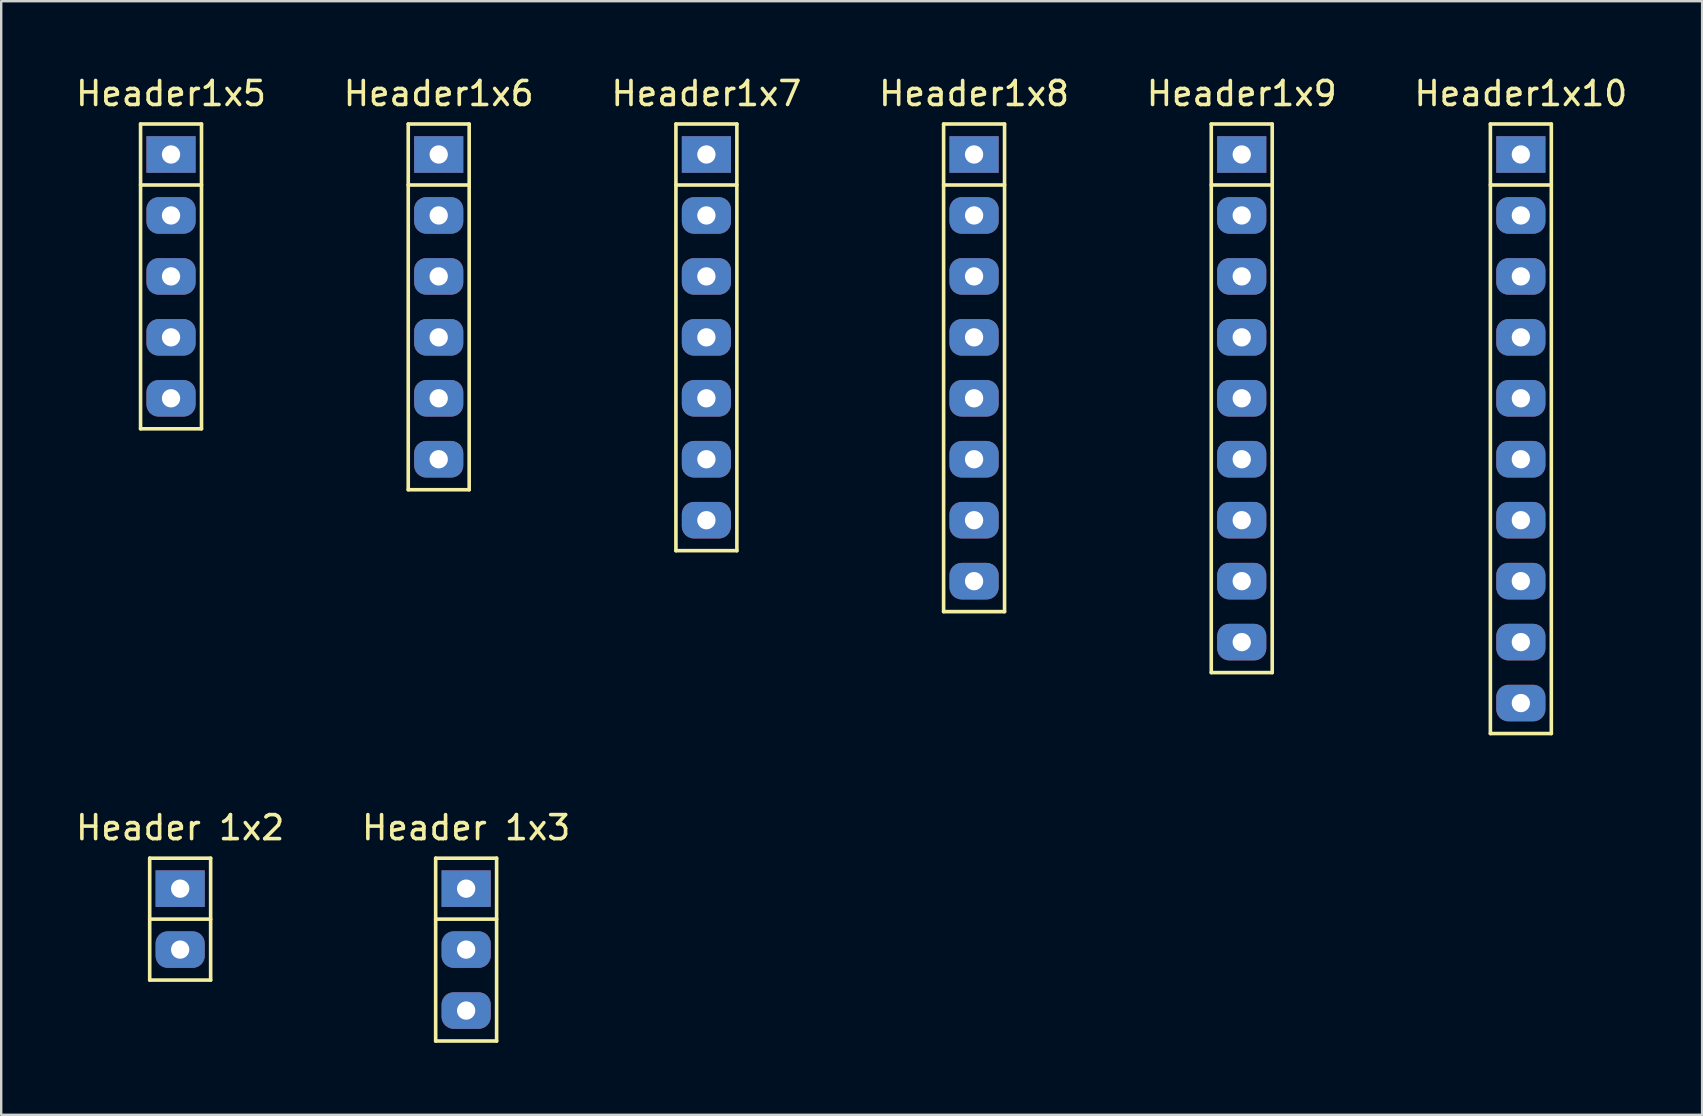
<source format=kicad_pcb>
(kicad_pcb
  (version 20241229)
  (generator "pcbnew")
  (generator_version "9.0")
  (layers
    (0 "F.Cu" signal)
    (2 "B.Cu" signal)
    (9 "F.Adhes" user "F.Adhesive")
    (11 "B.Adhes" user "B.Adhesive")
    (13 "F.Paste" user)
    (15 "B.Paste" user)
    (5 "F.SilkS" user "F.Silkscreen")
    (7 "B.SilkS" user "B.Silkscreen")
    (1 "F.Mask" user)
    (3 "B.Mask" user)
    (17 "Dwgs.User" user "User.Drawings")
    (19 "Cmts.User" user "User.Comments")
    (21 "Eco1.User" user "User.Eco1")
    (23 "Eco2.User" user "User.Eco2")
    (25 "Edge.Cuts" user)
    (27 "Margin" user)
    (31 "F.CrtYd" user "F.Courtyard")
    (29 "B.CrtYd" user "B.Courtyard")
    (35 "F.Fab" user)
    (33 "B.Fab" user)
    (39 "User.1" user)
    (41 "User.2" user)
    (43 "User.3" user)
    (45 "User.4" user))
  (footprint "Header1x6"
    (layer "F.Cu")
    (at 15.232 9.738)
    (property "Reference" "Header1x6" (at 0 -8.89 0) (layer "F.SilkS") (effects (font (size 1 1) (thickness 0.15))))
    (attr through_hole)
    (fp_line (start -1.27 -7.62) (end 1.27 -7.62) (stroke (width 0.15) (type solid)) (layer "F.SilkS"))
    (fp_line (start -1.27 -5.08) (end 1.27 -5.08) (stroke (width 0.15) (type solid)) (layer "F.SilkS"))
    (fp_line (start -1.27 7.62) (end -1.27 -7.62) (stroke (width 0.15) (type solid)) (layer "F.SilkS"))
    (fp_line (start 1.27 -7.62) (end 1.27 7.62) (stroke (width 0.15) (type solid)) (layer "F.SilkS"))
    (fp_line (start 1.27 7.62) (end -1.27 7.62) (stroke (width 0.15) (type solid)) (layer "F.SilkS"))
    (pad "1" thru_hole rect (at 0 -6.35) (size 2.048 1.524) (drill 0.762) (layers "*.Cu" "*.Mask"))
    (pad "2" thru_hole roundrect (at 0 -3.81) (size 2.048 1.524) (drill 0.762) (layers "*.Cu" "*.Mask") (roundrect_rratio 0.33))
    (pad "3" thru_hole roundrect (at 0 -1.27) (size 2.048 1.524) (drill 0.762) (layers "*.Cu" "*.Mask") (roundrect_rratio 0.33))
    (pad "4" thru_hole roundrect (at 0 1.27) (size 2.048 1.524) (drill 0.762) (layers "*.Cu" "*.Mask") (roundrect_rratio 0.33))
    (pad "5" thru_hole roundrect (at 0 3.81) (size 2.048 1.524) (drill 0.762) (layers "*.Cu" "*.Mask") (roundrect_rratio 0.33))
    (pad "6" thru_hole roundrect (at 0 6.35) (size 2.048 1.524) (drill 0.762) (layers "*.Cu" "*.Mask") (roundrect_rratio 0.33)))
  (footprint "Header 1x3"
    (layer "F.Cu")
    (at 16.375 36.522)
    (property "Reference" "Header 1x3" (at 0 -5.08 0) (layer "F.SilkS") (effects (font (size 1 1) (thickness 0.15))))
    (attr through_hole)
    (fp_line (start -1.27 -3.81) (end 1.27 -3.81) (stroke (width 0.15) (type solid)) (layer "F.SilkS"))
    (fp_line (start -1.27 -1.27) (end 1.27 -1.27) (stroke (width 0.15) (type solid)) (layer "F.SilkS"))
    (fp_line (start -1.27 3.81) (end -1.27 -3.81) (stroke (width 0.15) (type solid)) (layer "F.SilkS"))
    (fp_line (start 1.27 -3.81) (end 1.27 3.81) (stroke (width 0.15) (type solid)) (layer "F.SilkS"))
    (fp_line (start 1.27 3.81) (end -1.27 3.81) (stroke (width 0.15) (type solid)) (layer "F.SilkS"))
    (pad "1" thru_hole rect (at 0 -2.54) (size 2.048 1.524) (drill 0.762) (layers "*.Cu" "*.Mask"))
    (pad "2" thru_hole roundrect (at 0 0) (size 2.048 1.524) (drill 0.762) (layers "*.Cu" "*.Mask") (roundrect_rratio 0.33))
    (pad "3" thru_hole roundrect (at 0 2.54) (size 2.048 1.524) (drill 0.762) (layers "*.Cu" "*.Mask") (roundrect_rratio 0.33)))
  (footprint "Header1x7"
    (layer "F.Cu")
    (at 26.387 11.008)
    (property "Reference" "Header1x7" (at 0 -10.16 0) (layer "F.SilkS") (effects (font (size 1 1) (thickness 0.15))))
    (attr through_hole)
    (fp_line (start -1.27 -8.89) (end 1.27 -8.89) (stroke (width 0.15) (type solid)) (layer "F.SilkS"))
    (fp_line (start -1.27 -6.35) (end 1.27 -6.35) (stroke (width 0.15) (type solid)) (layer "F.SilkS"))
    (fp_line (start -1.27 8.89) (end -1.27 -8.89) (stroke (width 0.15) (type solid)) (layer "F.SilkS"))
    (fp_line (start 1.27 -8.89) (end 1.27 8.89) (stroke (width 0.15) (type solid)) (layer "F.SilkS"))
    (fp_line (start 1.27 8.89) (end -1.27 8.89) (stroke (width 0.15) (type solid)) (layer "F.SilkS"))
    (pad "1" thru_hole rect (at 0 -7.62) (size 2.048 1.524) (drill 0.762) (layers "*.Cu" "*.Mask"))
    (pad "2" thru_hole roundrect (at 0 -5.08) (size 2.048 1.524) (drill 0.762) (layers "*.Cu" "*.Mask") (roundrect_rratio 0.33))
    (pad "3" thru_hole roundrect (at 0 -2.54) (size 2.048 1.524) (drill 0.762) (layers "*.Cu" "*.Mask") (roundrect_rratio 0.33))
    (pad "4" thru_hole roundrect (at 0 0) (size 2.048 1.524) (drill 0.762) (layers "*.Cu" "*.Mask") (roundrect_rratio 0.33))
    (pad "5" thru_hole roundrect (at 0 2.54) (size 2.048 1.524) (drill 0.762) (layers "*.Cu" "*.Mask") (roundrect_rratio 0.33))
    (pad "6" thru_hole roundrect (at 0 5.08) (size 2.048 1.524) (drill 0.762) (layers "*.Cu" "*.Mask") (roundrect_rratio 0.33))
    (pad "7" thru_hole roundrect (at 0 7.62) (size 2.048 1.524) (drill 0.762) (layers "*.Cu" "*.Mask") (roundrect_rratio 0.33)))
  (footprint "Header1x9"
    (layer "F.Cu")
    (at 48.696 13.548)
    (property "Reference" "Header1x9" (at 0 -12.7 0) (layer "F.SilkS") (effects (font (size 1 1) (thickness 0.15))))
    (attr through_hole)
    (fp_line (start -1.27 -11.43) (end 1.27 -11.43) (stroke (width 0.15) (type solid)) (layer "F.SilkS"))
    (fp_line (start -1.27 -8.89) (end 1.27 -8.89) (stroke (width 0.15) (type solid)) (layer "F.SilkS"))
    (fp_line (start -1.27 11.43) (end -1.27 -11.43) (stroke (width 0.15) (type solid)) (layer "F.SilkS"))
    (fp_line (start 1.27 -11.43) (end 1.27 11.43) (stroke (width 0.15) (type solid)) (layer "F.SilkS"))
    (fp_line (start 1.27 11.43) (end -1.27 11.43) (stroke (width 0.15) (type solid)) (layer "F.SilkS"))
    (pad "1" thru_hole rect (at 0 -10.16) (size 2.048 1.524) (drill 0.762) (layers "*.Cu" "*.Mask"))
    (pad "2" thru_hole roundrect (at 0 -7.62) (size 2.048 1.524) (drill 0.762) (layers "*.Cu" "*.Mask") (roundrect_rratio 0.33))
    (pad "3" thru_hole roundrect (at 0 -5.08) (size 2.048 1.524) (drill 0.762) (layers "*.Cu" "*.Mask") (roundrect_rratio 0.33))
    (pad "4" thru_hole roundrect (at 0 -2.54) (size 2.048 1.524) (drill 0.762) (layers "*.Cu" "*.Mask") (roundrect_rratio 0.33))
    (pad "5" thru_hole roundrect (at 0 0) (size 2.048 1.524) (drill 0.762) (layers "*.Cu" "*.Mask") (roundrect_rratio 0.33))
    (pad "6" thru_hole roundrect (at 0 2.54) (size 2.048 1.524) (drill 0.762) (layers "*.Cu" "*.Mask") (roundrect_rratio 0.33))
    (pad "7" thru_hole roundrect (at 0 5.08) (size 2.048 1.524) (drill 0.762) (layers "*.Cu" "*.Mask") (roundrect_rratio 0.33))
    (pad "8" thru_hole roundrect (at 0 7.62) (size 2.048 1.524) (drill 0.762) (layers "*.Cu" "*.Mask") (roundrect_rratio 0.33))
    (pad "9" thru_hole roundrect (at 0 10.16) (size 2.048 1.524) (drill 0.762) (layers "*.Cu" "*.Mask") (roundrect_rratio 0.33)))
  (footprint "Header 1x2"
    (layer "F.Cu")
    (at 4.458 35.252)
    (property "Reference" "Header 1x2" (at 0 -3.81 0) (layer "F.SilkS") (effects (font (size 1 1) (thickness 0.15))))
    (attr through_hole)
    (fp_line (start -1.27 -2.54) (end 1.27 -2.54) (stroke (width 0.15) (type solid)) (layer "F.SilkS"))
    (fp_line (start -1.27 0) (end 1.27 0) (stroke (width 0.15) (type solid)) (layer "F.SilkS"))
    (fp_line (start -1.27 2.54) (end -1.27 -2.54) (stroke (width 0.15) (type solid)) (layer "F.SilkS"))
    (fp_line (start 1.27 -2.54) (end 1.27 2.54) (stroke (width 0.15) (type solid)) (layer "F.SilkS"))
    (fp_line (start 1.27 2.54) (end -1.27 2.54) (stroke (width 0.15) (type solid)) (layer "F.SilkS"))
    (pad "1" thru_hole rect (at 0 -1.27) (size 2.048 1.524) (drill 0.762) (layers "*.Cu" "*.Mask"))
    (pad "2" thru_hole roundrect (at 0 1.27) (size 2.048 1.524) (drill 0.762) (layers "*.Cu" "*.Mask") (roundrect_rratio 0.33)))
  (footprint "Header1x8"
    (layer "F.Cu")
    (at 37.542 12.278)
    (property "Reference" "Header1x8" (at 0 -11.43 0) (layer "F.SilkS") (effects (font (size 1 1) (thickness 0.15))))
    (attr through_hole)
    (fp_line (start -1.27 -10.16) (end 1.27 -10.16) (stroke (width 0.15) (type solid)) (layer "F.SilkS"))
    (fp_line (start -1.27 -7.62) (end 1.27 -7.62) (stroke (width 0.15) (type solid)) (layer "F.SilkS"))
    (fp_line (start -1.27 10.16) (end -1.27 -10.16) (stroke (width 0.15) (type solid)) (layer "F.SilkS"))
    (fp_line (start 1.27 -10.16) (end 1.27 10.16) (stroke (width 0.15) (type solid)) (layer "F.SilkS"))
    (fp_line (start 1.27 10.16) (end -1.27 10.16) (stroke (width 0.15) (type solid)) (layer "F.SilkS"))
    (pad "1" thru_hole rect (at 0 -8.89) (size 2.048 1.524) (drill 0.762) (layers "*.Cu" "*.Mask"))
    (pad "2" thru_hole roundrect (at 0 -6.35) (size 2.048 1.524) (drill 0.762) (layers "*.Cu" "*.Mask") (roundrect_rratio 0.33))
    (pad "3" thru_hole roundrect (at 0 -3.81) (size 2.048 1.524) (drill 0.762) (layers "*.Cu" "*.Mask") (roundrect_rratio 0.33))
    (pad "4" thru_hole roundrect (at 0 -1.27) (size 2.048 1.524) (drill 0.762) (layers "*.Cu" "*.Mask") (roundrect_rratio 0.33))
    (pad "5" thru_hole roundrect (at 0 1.27) (size 2.048 1.524) (drill 0.762) (layers "*.Cu" "*.Mask") (roundrect_rratio 0.33))
    (pad "6" thru_hole roundrect (at 0 3.81) (size 2.048 1.524) (drill 0.762) (layers "*.Cu" "*.Mask") (roundrect_rratio 0.33))
    (pad "7" thru_hole roundrect (at 0 6.35) (size 2.048 1.524) (drill 0.762) (layers "*.Cu" "*.Mask") (roundrect_rratio 0.33))
    (pad "8" thru_hole roundrect (at 0 8.89) (size 2.048 1.524) (drill 0.762) (layers "*.Cu" "*.Mask") (roundrect_rratio 0.33)))
  (footprint "Header1x10"
    (layer "F.Cu")
    (at 60.327 13.548)
    (property "Reference" "Header1x10" (at 0 -12.7 0) (layer "F.SilkS") (effects (font (size 1 1) (thickness 0.15))))
    (attr through_hole)
    (fp_line (start -1.27 -11.43) (end 1.27 -11.43) (stroke (width 0.15) (type solid)) (layer "F.SilkS"))
    (fp_line (start -1.27 -8.89) (end 1.27 -8.89) (stroke (width 0.15) (type solid)) (layer "F.SilkS"))
    (fp_line (start -1.27 13.97) (end -1.27 -11.43) (stroke (width 0.15) (type solid)) (layer "F.SilkS"))
    (fp_line (start 1.27 -11.43) (end 1.27 13.97) (stroke (width 0.15) (type solid)) (layer "F.SilkS"))
    (fp_line (start 1.27 13.97) (end -1.27 13.97) (stroke (width 0.15) (type solid)) (layer "F.SilkS"))
    (pad "1" thru_hole rect (at 0 -10.16) (size 2.048 1.524) (drill 0.762) (layers "*.Cu" "*.Mask"))
    (pad "2" thru_hole roundrect (at 0 -7.62) (size 2.048 1.524) (drill 0.762) (layers "*.Cu" "*.Mask") (roundrect_rratio 0.33))
    (pad "3" thru_hole roundrect (at 0 -5.08) (size 2.048 1.524) (drill 0.762) (layers "*.Cu" "*.Mask") (roundrect_rratio 0.33))
    (pad "4" thru_hole roundrect (at 0 -2.54) (size 2.048 1.524) (drill 0.762) (layers "*.Cu" "*.Mask") (roundrect_rratio 0.33))
    (pad "5" thru_hole roundrect (at 0 0) (size 2.048 1.524) (drill 0.762) (layers "*.Cu" "*.Mask") (roundrect_rratio 0.33))
    (pad "6" thru_hole roundrect (at 0 2.54) (size 2.048 1.524) (drill 0.762) (layers "*.Cu" "*.Mask") (roundrect_rratio 0.33))
    (pad "7" thru_hole roundrect (at 0 5.08) (size 2.048 1.524) (drill 0.762) (layers "*.Cu" "*.Mask") (roundrect_rratio 0.33))
    (pad "8" thru_hole roundrect (at 0 7.62) (size 2.048 1.524) (drill 0.762) (layers "*.Cu" "*.Mask") (roundrect_rratio 0.33))
    (pad "9" thru_hole roundrect (at 0 10.16) (size 2.048 1.524) (drill 0.762) (layers "*.Cu" "*.Mask") (roundrect_rratio 0.33))
    (pad "10" thru_hole roundrect (at 0 12.7) (size 2.048 1.524) (drill 0.762) (layers "*.Cu" "*.Mask") (roundrect_rratio 0.33)))
  (footprint "Header1x5"
    (layer "F.Cu")
    (at 4.077 8.468)
    (property "Reference" "Header1x5" (at 0 -7.62 0) (layer "F.SilkS") (effects (font (size 1 1) (thickness 0.15))))
    (attr through_hole)
    (fp_line (start -1.27 -6.35) (end 1.27 -6.35) (stroke (width 0.15) (type solid)) (layer "F.SilkS"))
    (fp_line (start -1.27 -3.81) (end 1.27 -3.81) (stroke (width 0.15) (type solid)) (layer "F.SilkS"))
    (fp_line (start -1.27 6.35) (end -1.27 -6.35) (stroke (width 0.15) (type solid)) (layer "F.SilkS"))
    (fp_line (start 1.27 -6.35) (end 1.27 6.35) (stroke (width 0.15) (type solid)) (layer "F.SilkS"))
    (fp_line (start 1.27 6.35) (end -1.27 6.35) (stroke (width 0.15) (type solid)) (layer "F.SilkS"))
    (pad "1" thru_hole rect (at 0 -5.08) (size 2.048 1.524) (drill 0.762) (layers "*.Cu" "*.Mask"))
    (pad "2" thru_hole roundrect (at 0 -2.54) (size 2.048 1.524) (drill 0.762) (layers "*.Cu" "*.Mask") (roundrect_rratio 0.33))
    (pad "3" thru_hole roundrect (at 0 0) (size 2.048 1.524) (drill 0.762) (layers "*.Cu" "*.Mask") (roundrect_rratio 0.33))
    (pad "4" thru_hole roundrect (at 0 2.54) (size 2.048 1.524) (drill 0.762) (layers "*.Cu" "*.Mask") (roundrect_rratio 0.33))
    (pad "5" thru_hole roundrect (at 0 5.08) (size 2.048 1.524) (drill 0.762) (layers "*.Cu" "*.Mask") (roundrect_rratio 0.33)))
  (gr_rect
    (start -3 -3)
    (end 67.881 43.407)
    (stroke (width 0.1) (type default))
    (fill no)
    (layer "Edge.Cuts")))
</source>
